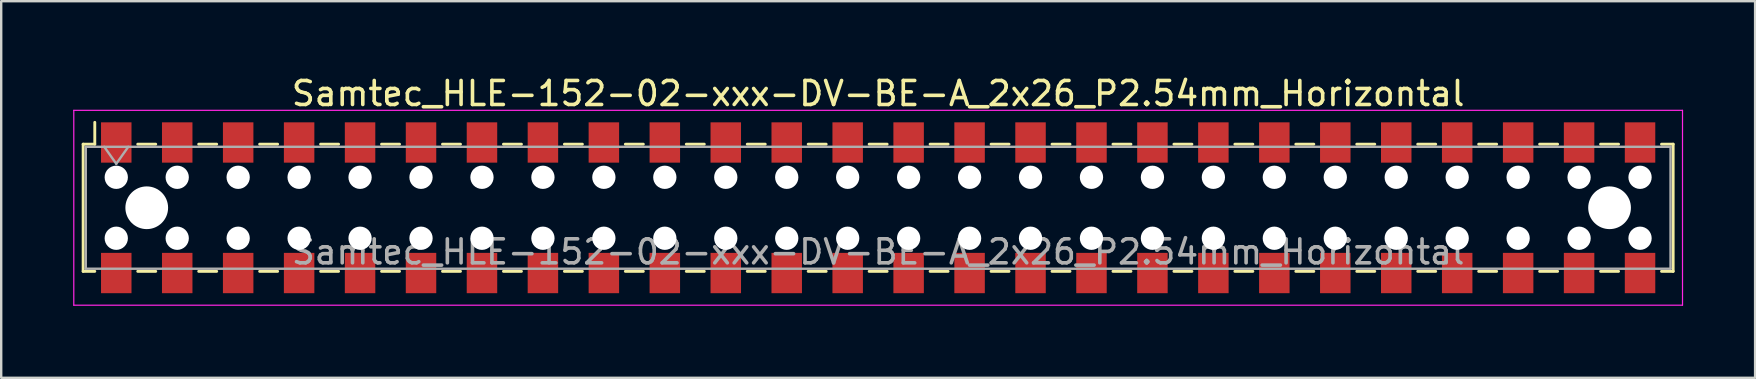
<source format=kicad_pcb>
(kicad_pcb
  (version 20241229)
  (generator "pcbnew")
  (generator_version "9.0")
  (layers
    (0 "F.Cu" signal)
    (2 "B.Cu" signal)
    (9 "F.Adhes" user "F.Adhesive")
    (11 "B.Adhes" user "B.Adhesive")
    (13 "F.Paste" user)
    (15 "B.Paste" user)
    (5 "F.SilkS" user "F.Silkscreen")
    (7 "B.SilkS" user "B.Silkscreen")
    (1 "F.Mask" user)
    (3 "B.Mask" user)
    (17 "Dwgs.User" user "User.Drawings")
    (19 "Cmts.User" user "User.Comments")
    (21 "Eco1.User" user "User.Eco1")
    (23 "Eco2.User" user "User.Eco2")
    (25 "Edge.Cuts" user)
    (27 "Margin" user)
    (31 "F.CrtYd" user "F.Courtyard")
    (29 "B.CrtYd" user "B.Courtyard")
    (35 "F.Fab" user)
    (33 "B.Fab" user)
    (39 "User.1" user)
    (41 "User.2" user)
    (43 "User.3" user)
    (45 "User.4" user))
  (footprint "Samtec_HLE-152-02-xxx-DV-BE-A_2x26_P2.54mm_Horizontal"
    (layer "F.Cu")
    (at 33.545 5.608)
    (property "Reference" "Samtec_HLE-152-02-xxx-DV-BE-A_2x26_P2.54mm_Horizontal" (at 0 -4.76 0) (layer "F.SilkS") (effects (font (size 1 1) (thickness 0.15))))
    (attr smd)
    (fp_line (start -33.13 -2.65) (end -33.13 2.65) (stroke (width 0.12) (type solid)) (layer "F.SilkS"))
    (fp_line (start -33.13 2.65) (end -32.645 2.65) (stroke (width 0.12) (type solid)) (layer "F.SilkS"))
    (fp_line (start -32.645 -3.56) (end -32.645 -2.65) (stroke (width 0.12) (type solid)) (layer "F.SilkS"))
    (fp_line (start -32.645 -2.65) (end -33.13 -2.65) (stroke (width 0.12) (type solid)) (layer "F.SilkS"))
    (fp_line (start -30.855 -2.65) (end -30.105 -2.65) (stroke (width 0.12) (type solid)) (layer "F.SilkS"))
    (fp_line (start -30.855 2.65) (end -30.105 2.65) (stroke (width 0.12) (type solid)) (layer "F.SilkS"))
    (fp_line (start -28.315 -2.65) (end -27.565 -2.65) (stroke (width 0.12) (type solid)) (layer "F.SilkS"))
    (fp_line (start -28.315 2.65) (end -27.565 2.65) (stroke (width 0.12) (type solid)) (layer "F.SilkS"))
    (fp_line (start -25.775 -2.65) (end -25.025 -2.65) (stroke (width 0.12) (type solid)) (layer "F.SilkS"))
    (fp_line (start -25.775 2.65) (end -25.025 2.65) (stroke (width 0.12) (type solid)) (layer "F.SilkS"))
    (fp_line (start -23.235 -2.65) (end -22.485 -2.65) (stroke (width 0.12) (type solid)) (layer "F.SilkS"))
    (fp_line (start -23.235 2.65) (end -22.485 2.65) (stroke (width 0.12) (type solid)) (layer "F.SilkS"))
    (fp_line (start -20.695 -2.65) (end -19.945 -2.65) (stroke (width 0.12) (type solid)) (layer "F.SilkS"))
    (fp_line (start -20.695 2.65) (end -19.945 2.65) (stroke (width 0.12) (type solid)) (layer "F.SilkS"))
    (fp_line (start -18.155 -2.65) (end -17.405 -2.65) (stroke (width 0.12) (type solid)) (layer "F.SilkS"))
    (fp_line (start -18.155 2.65) (end -17.405 2.65) (stroke (width 0.12) (type solid)) (layer "F.SilkS"))
    (fp_line (start -15.615 -2.65) (end -14.865 -2.65) (stroke (width 0.12) (type solid)) (layer "F.SilkS"))
    (fp_line (start -15.615 2.65) (end -14.865 2.65) (stroke (width 0.12) (type solid)) (layer "F.SilkS"))
    (fp_line (start -13.075 -2.65) (end -12.325 -2.65) (stroke (width 0.12) (type solid)) (layer "F.SilkS"))
    (fp_line (start -13.075 2.65) (end -12.325 2.65) (stroke (width 0.12) (type solid)) (layer "F.SilkS"))
    (fp_line (start -10.535 -2.65) (end -9.785 -2.65) (stroke (width 0.12) (type solid)) (layer "F.SilkS"))
    (fp_line (start -10.535 2.65) (end -9.785 2.65) (stroke (width 0.12) (type solid)) (layer "F.SilkS"))
    (fp_line (start -7.995 -2.65) (end -7.245 -2.65) (stroke (width 0.12) (type solid)) (layer "F.SilkS"))
    (fp_line (start -7.995 2.65) (end -7.245 2.65) (stroke (width 0.12) (type solid)) (layer "F.SilkS"))
    (fp_line (start -5.455 -2.65) (end -4.705 -2.65) (stroke (width 0.12) (type solid)) (layer "F.SilkS"))
    (fp_line (start -5.455 2.65) (end -4.705 2.65) (stroke (width 0.12) (type solid)) (layer "F.SilkS"))
    (fp_line (start -2.915 -2.65) (end -2.165 -2.65) (stroke (width 0.12) (type solid)) (layer "F.SilkS"))
    (fp_line (start -2.915 2.65) (end -2.165 2.65) (stroke (width 0.12) (type solid)) (layer "F.SilkS"))
    (fp_line (start -0.375 -2.65) (end 0.375 -2.65) (stroke (width 0.12) (type solid)) (layer "F.SilkS"))
    (fp_line (start -0.375 2.65) (end 0.375 2.65) (stroke (width 0.12) (type solid)) (layer "F.SilkS"))
    (fp_line (start 2.165 -2.65) (end 2.915 -2.65) (stroke (width 0.12) (type solid)) (layer "F.SilkS"))
    (fp_line (start 2.165 2.65) (end 2.915 2.65) (stroke (width 0.12) (type solid)) (layer "F.SilkS"))
    (fp_line (start 4.705 -2.65) (end 5.455 -2.65) (stroke (width 0.12) (type solid)) (layer "F.SilkS"))
    (fp_line (start 4.705 2.65) (end 5.455 2.65) (stroke (width 0.12) (type solid)) (layer "F.SilkS"))
    (fp_line (start 7.245 -2.65) (end 7.995 -2.65) (stroke (width 0.12) (type solid)) (layer "F.SilkS"))
    (fp_line (start 7.245 2.65) (end 7.995 2.65) (stroke (width 0.12) (type solid)) (layer "F.SilkS"))
    (fp_line (start 9.785 -2.65) (end 10.535 -2.65) (stroke (width 0.12) (type solid)) (layer "F.SilkS"))
    (fp_line (start 9.785 2.65) (end 10.535 2.65) (stroke (width 0.12) (type solid)) (layer "F.SilkS"))
    (fp_line (start 12.325 -2.65) (end 13.075 -2.65) (stroke (width 0.12) (type solid)) (layer "F.SilkS"))
    (fp_line (start 12.325 2.65) (end 13.075 2.65) (stroke (width 0.12) (type solid)) (layer "F.SilkS"))
    (fp_line (start 14.865 -2.65) (end 15.615 -2.65) (stroke (width 0.12) (type solid)) (layer "F.SilkS"))
    (fp_line (start 14.865 2.65) (end 15.615 2.65) (stroke (width 0.12) (type solid)) (layer "F.SilkS"))
    (fp_line (start 17.405 -2.65) (end 18.155 -2.65) (stroke (width 0.12) (type solid)) (layer "F.SilkS"))
    (fp_line (start 17.405 2.65) (end 18.155 2.65) (stroke (width 0.12) (type solid)) (layer "F.SilkS"))
    (fp_line (start 19.945 -2.65) (end 20.695 -2.65) (stroke (width 0.12) (type solid)) (layer "F.SilkS"))
    (fp_line (start 19.945 2.65) (end 20.695 2.65) (stroke (width 0.12) (type solid)) (layer "F.SilkS"))
    (fp_line (start 22.485 -2.65) (end 23.235 -2.65) (stroke (width 0.12) (type solid)) (layer "F.SilkS"))
    (fp_line (start 22.485 2.65) (end 23.235 2.65) (stroke (width 0.12) (type solid)) (layer "F.SilkS"))
    (fp_line (start 25.025 -2.65) (end 25.775 -2.65) (stroke (width 0.12) (type solid)) (layer "F.SilkS"))
    (fp_line (start 25.025 2.65) (end 25.775 2.65) (stroke (width 0.12) (type solid)) (layer "F.SilkS"))
    (fp_line (start 27.565 -2.65) (end 28.315 -2.65) (stroke (width 0.12) (type solid)) (layer "F.SilkS"))
    (fp_line (start 27.565 2.65) (end 28.315 2.65) (stroke (width 0.12) (type solid)) (layer "F.SilkS"))
    (fp_line (start 30.105 -2.65) (end 30.855 -2.65) (stroke (width 0.12) (type solid)) (layer "F.SilkS"))
    (fp_line (start 30.105 2.65) (end 30.855 2.65) (stroke (width 0.12) (type solid)) (layer "F.SilkS"))
    (fp_line (start 32.645 -2.65) (end 33.13 -2.65) (stroke (width 0.12) (type solid)) (layer "F.SilkS"))
    (fp_line (start 33.13 -2.65) (end 33.13 2.65) (stroke (width 0.12) (type solid)) (layer "F.SilkS"))
    (fp_line (start 33.13 2.65) (end 32.645 2.65) (stroke (width 0.12) (type solid)) (layer "F.SilkS"))
    (fp_line (start -33.52 -4.06) (end 33.52 -4.06) (stroke (width 0.05) (type solid)) (layer "F.CrtYd"))
    (fp_line (start -33.52 4.06) (end -33.52 -4.06) (stroke (width 0.05) (type solid)) (layer "F.CrtYd"))
    (fp_line (start 33.52 -4.06) (end 33.52 4.06) (stroke (width 0.05) (type solid)) (layer "F.CrtYd"))
    (fp_line (start 33.52 4.06) (end -33.52 4.06) (stroke (width 0.05) (type solid)) (layer "F.CrtYd"))
    (fp_line (start -33.02 -2.54) (end 33.02 -2.54) (stroke (width 0.1) (type solid)) (layer "F.Fab"))
    (fp_line (start -33.02 2.54) (end -33.02 -2.54) (stroke (width 0.1) (type solid)) (layer "F.Fab"))
    (fp_line (start -32.25 -2.54) (end -31.75 -1.833) (stroke (width 0.1) (type solid)) (layer "F.Fab"))
    (fp_line (start -31.75 -1.833) (end -31.25 -2.54) (stroke (width 0.1) (type solid)) (layer "F.Fab"))
    (fp_line (start 33.02 -2.54) (end 33.02 2.54) (stroke (width 0.1) (type solid)) (layer "F.Fab"))
    (fp_line (start 33.02 2.54) (end -33.02 2.54) (stroke (width 0.1) (type solid)) (layer "F.Fab"))
    (fp_text user "${REFERENCE}" (at 0 1.84 0) (layer "F.Fab") (effects (font (size 1 1) (thickness 0.15))))
    (pad "" np_thru_hole circle (at -31.75 -1.27) (size 0.97 0.97) (drill 0.97) (layers "*.Cu" "*.Mask"))
    (pad "" np_thru_hole circle (at -31.75 1.27) (size 0.97 0.97) (drill 0.97) (layers "*.Cu" "*.Mask"))
    (pad "" np_thru_hole circle (at -30.48 0) (size 1.78 1.78) (drill 1.78) (layers "*.Cu" "*.Mask"))
    (pad "" np_thru_hole circle (at -29.21 -1.27) (size 0.97 0.97) (drill 0.97) (layers "*.Cu" "*.Mask"))
    (pad "" np_thru_hole circle (at -29.21 1.27) (size 0.97 0.97) (drill 0.97) (layers "*.Cu" "*.Mask"))
    (pad "" np_thru_hole circle (at -26.67 -1.27) (size 0.97 0.97) (drill 0.97) (layers "*.Cu" "*.Mask"))
    (pad "" np_thru_hole circle (at -26.67 1.27) (size 0.97 0.97) (drill 0.97) (layers "*.Cu" "*.Mask"))
    (pad "" np_thru_hole circle (at -24.13 -1.27) (size 0.97 0.97) (drill 0.97) (layers "*.Cu" "*.Mask"))
    (pad "" np_thru_hole circle (at -24.13 1.27) (size 0.97 0.97) (drill 0.97) (layers "*.Cu" "*.Mask"))
    (pad "" np_thru_hole circle (at -21.59 -1.27) (size 0.97 0.97) (drill 0.97) (layers "*.Cu" "*.Mask"))
    (pad "" np_thru_hole circle (at -21.59 1.27) (size 0.97 0.97) (drill 0.97) (layers "*.Cu" "*.Mask"))
    (pad "" np_thru_hole circle (at -19.05 -1.27) (size 0.97 0.97) (drill 0.97) (layers "*.Cu" "*.Mask"))
    (pad "" np_thru_hole circle (at -19.05 1.27) (size 0.97 0.97) (drill 0.97) (layers "*.Cu" "*.Mask"))
    (pad "" np_thru_hole circle (at -16.51 -1.27) (size 0.97 0.97) (drill 0.97) (layers "*.Cu" "*.Mask"))
    (pad "" np_thru_hole circle (at -16.51 1.27) (size 0.97 0.97) (drill 0.97) (layers "*.Cu" "*.Mask"))
    (pad "" np_thru_hole circle (at -13.97 -1.27) (size 0.97 0.97) (drill 0.97) (layers "*.Cu" "*.Mask"))
    (pad "" np_thru_hole circle (at -13.97 1.27) (size 0.97 0.97) (drill 0.97) (layers "*.Cu" "*.Mask"))
    (pad "" np_thru_hole circle (at -11.43 -1.27) (size 0.97 0.97) (drill 0.97) (layers "*.Cu" "*.Mask"))
    (pad "" np_thru_hole circle (at -11.43 1.27) (size 0.97 0.97) (drill 0.97) (layers "*.Cu" "*.Mask"))
    (pad "" np_thru_hole circle (at -8.89 -1.27) (size 0.97 0.97) (drill 0.97) (layers "*.Cu" "*.Mask"))
    (pad "" np_thru_hole circle (at -8.89 1.27) (size 0.97 0.97) (drill 0.97) (layers "*.Cu" "*.Mask"))
    (pad "" np_thru_hole circle (at -6.35 -1.27) (size 0.97 0.97) (drill 0.97) (layers "*.Cu" "*.Mask"))
    (pad "" np_thru_hole circle (at -6.35 1.27) (size 0.97 0.97) (drill 0.97) (layers "*.Cu" "*.Mask"))
    (pad "" np_thru_hole circle (at -3.81 -1.27) (size 0.97 0.97) (drill 0.97) (layers "*.Cu" "*.Mask"))
    (pad "" np_thru_hole circle (at -3.81 1.27) (size 0.97 0.97) (drill 0.97) (layers "*.Cu" "*.Mask"))
    (pad "" np_thru_hole circle (at -1.27 -1.27) (size 0.97 0.97) (drill 0.97) (layers "*.Cu" "*.Mask"))
    (pad "" np_thru_hole circle (at -1.27 1.27) (size 0.97 0.97) (drill 0.97) (layers "*.Cu" "*.Mask"))
    (pad "" np_thru_hole circle (at 1.27 -1.27) (size 0.97 0.97) (drill 0.97) (layers "*.Cu" "*.Mask"))
    (pad "" np_thru_hole circle (at 1.27 1.27) (size 0.97 0.97) (drill 0.97) (layers "*.Cu" "*.Mask"))
    (pad "" np_thru_hole circle (at 3.81 -1.27) (size 0.97 0.97) (drill 0.97) (layers "*.Cu" "*.Mask"))
    (pad "" np_thru_hole circle (at 3.81 1.27) (size 0.97 0.97) (drill 0.97) (layers "*.Cu" "*.Mask"))
    (pad "" np_thru_hole circle (at 6.35 -1.27) (size 0.97 0.97) (drill 0.97) (layers "*.Cu" "*.Mask"))
    (pad "" np_thru_hole circle (at 6.35 1.27) (size 0.97 0.97) (drill 0.97) (layers "*.Cu" "*.Mask"))
    (pad "" np_thru_hole circle (at 8.89 -1.27) (size 0.97 0.97) (drill 0.97) (layers "*.Cu" "*.Mask"))
    (pad "" np_thru_hole circle (at 8.89 1.27) (size 0.97 0.97) (drill 0.97) (layers "*.Cu" "*.Mask"))
    (pad "" np_thru_hole circle (at 11.43 -1.27) (size 0.97 0.97) (drill 0.97) (layers "*.Cu" "*.Mask"))
    (pad "" np_thru_hole circle (at 11.43 1.27) (size 0.97 0.97) (drill 0.97) (layers "*.Cu" "*.Mask"))
    (pad "" np_thru_hole circle (at 13.97 -1.27) (size 0.97 0.97) (drill 0.97) (layers "*.Cu" "*.Mask"))
    (pad "" np_thru_hole circle (at 13.97 1.27) (size 0.97 0.97) (drill 0.97) (layers "*.Cu" "*.Mask"))
    (pad "" np_thru_hole circle (at 16.51 -1.27) (size 0.97 0.97) (drill 0.97) (layers "*.Cu" "*.Mask"))
    (pad "" np_thru_hole circle (at 16.51 1.27) (size 0.97 0.97) (drill 0.97) (layers "*.Cu" "*.Mask"))
    (pad "" np_thru_hole circle (at 19.05 -1.27) (size 0.97 0.97) (drill 0.97) (layers "*.Cu" "*.Mask"))
    (pad "" np_thru_hole circle (at 19.05 1.27) (size 0.97 0.97) (drill 0.97) (layers "*.Cu" "*.Mask"))
    (pad "" np_thru_hole circle (at 21.59 -1.27) (size 0.97 0.97) (drill 0.97) (layers "*.Cu" "*.Mask"))
    (pad "" np_thru_hole circle (at 21.59 1.27) (size 0.97 0.97) (drill 0.97) (layers "*.Cu" "*.Mask"))
    (pad "" np_thru_hole circle (at 24.13 -1.27) (size 0.97 0.97) (drill 0.97) (layers "*.Cu" "*.Mask"))
    (pad "" np_thru_hole circle (at 24.13 1.27) (size 0.97 0.97) (drill 0.97) (layers "*.Cu" "*.Mask"))
    (pad "" np_thru_hole circle (at 26.67 -1.27) (size 0.97 0.97) (drill 0.97) (layers "*.Cu" "*.Mask"))
    (pad "" np_thru_hole circle (at 26.67 1.27) (size 0.97 0.97) (drill 0.97) (layers "*.Cu" "*.Mask"))
    (pad "" np_thru_hole circle (at 29.21 -1.27) (size 0.97 0.97) (drill 0.97) (layers "*.Cu" "*.Mask"))
    (pad "" np_thru_hole circle (at 29.21 1.27) (size 0.97 0.97) (drill 0.97) (layers "*.Cu" "*.Mask"))
    (pad "" np_thru_hole circle (at 30.48 0) (size 1.78 1.78) (drill 1.78) (layers "*.Cu" "*.Mask"))
    (pad "" np_thru_hole circle (at 31.75 -1.27) (size 0.97 0.97) (drill 0.97) (layers "*.Cu" "*.Mask"))
    (pad "" np_thru_hole circle (at 31.75 1.27) (size 0.97 0.97) (drill 0.97) (layers "*.Cu" "*.Mask"))
    (pad "1" smd rect (at -31.75 -2.72) (size 1.27 1.68) (layers "F.Cu" "F.Mask" "F.Paste"))
    (pad "2" smd rect (at -31.75 2.72) (size 1.27 1.68) (layers "F.Cu" "F.Mask" "F.Paste"))
    (pad "3" smd rect (at -29.21 -2.72) (size 1.27 1.68) (layers "F.Cu" "F.Mask" "F.Paste"))
    (pad "4" smd rect (at -29.21 2.72) (size 1.27 1.68) (layers "F.Cu" "F.Mask" "F.Paste"))
    (pad "5" smd rect (at -26.67 -2.72) (size 1.27 1.68) (layers "F.Cu" "F.Mask" "F.Paste"))
    (pad "6" smd rect (at -26.67 2.72) (size 1.27 1.68) (layers "F.Cu" "F.Mask" "F.Paste"))
    (pad "7" smd rect (at -24.13 -2.72) (size 1.27 1.68) (layers "F.Cu" "F.Mask" "F.Paste"))
    (pad "8" smd rect (at -24.13 2.72) (size 1.27 1.68) (layers "F.Cu" "F.Mask" "F.Paste"))
    (pad "9" smd rect (at -21.59 -2.72) (size 1.27 1.68) (layers "F.Cu" "F.Mask" "F.Paste"))
    (pad "10" smd rect (at -21.59 2.72) (size 1.27 1.68) (layers "F.Cu" "F.Mask" "F.Paste"))
    (pad "11" smd rect (at -19.05 -2.72) (size 1.27 1.68) (layers "F.Cu" "F.Mask" "F.Paste"))
    (pad "12" smd rect (at -19.05 2.72) (size 1.27 1.68) (layers "F.Cu" "F.Mask" "F.Paste"))
    (pad "13" smd rect (at -16.51 -2.72) (size 1.27 1.68) (layers "F.Cu" "F.Mask" "F.Paste"))
    (pad "14" smd rect (at -16.51 2.72) (size 1.27 1.68) (layers "F.Cu" "F.Mask" "F.Paste"))
    (pad "15" smd rect (at -13.97 -2.72) (size 1.27 1.68) (layers "F.Cu" "F.Mask" "F.Paste"))
    (pad "16" smd rect (at -13.97 2.72) (size 1.27 1.68) (layers "F.Cu" "F.Mask" "F.Paste"))
    (pad "17" smd rect (at -11.43 -2.72) (size 1.27 1.68) (layers "F.Cu" "F.Mask" "F.Paste"))
    (pad "18" smd rect (at -11.43 2.72) (size 1.27 1.68) (layers "F.Cu" "F.Mask" "F.Paste"))
    (pad "19" smd rect (at -8.89 -2.72) (size 1.27 1.68) (layers "F.Cu" "F.Mask" "F.Paste"))
    (pad "20" smd rect (at -8.89 2.72) (size 1.27 1.68) (layers "F.Cu" "F.Mask" "F.Paste"))
    (pad "21" smd rect (at -6.35 -2.72) (size 1.27 1.68) (layers "F.Cu" "F.Mask" "F.Paste"))
    (pad "22" smd rect (at -6.35 2.72) (size 1.27 1.68) (layers "F.Cu" "F.Mask" "F.Paste"))
    (pad "23" smd rect (at -3.81 -2.72) (size 1.27 1.68) (layers "F.Cu" "F.Mask" "F.Paste"))
    (pad "24" smd rect (at -3.81 2.72) (size 1.27 1.68) (layers "F.Cu" "F.Mask" "F.Paste"))
    (pad "25" smd rect (at -1.27 -2.72) (size 1.27 1.68) (layers "F.Cu" "F.Mask" "F.Paste"))
    (pad "26" smd rect (at -1.27 2.72) (size 1.27 1.68) (layers "F.Cu" "F.Mask" "F.Paste"))
    (pad "27" smd rect (at 1.27 -2.72) (size 1.27 1.68) (layers "F.Cu" "F.Mask" "F.Paste"))
    (pad "28" smd rect (at 1.27 2.72) (size 1.27 1.68) (layers "F.Cu" "F.Mask" "F.Paste"))
    (pad "29" smd rect (at 3.81 -2.72) (size 1.27 1.68) (layers "F.Cu" "F.Mask" "F.Paste"))
    (pad "30" smd rect (at 3.81 2.72) (size 1.27 1.68) (layers "F.Cu" "F.Mask" "F.Paste"))
    (pad "31" smd rect (at 6.35 -2.72) (size 1.27 1.68) (layers "F.Cu" "F.Mask" "F.Paste"))
    (pad "32" smd rect (at 6.35 2.72) (size 1.27 1.68) (layers "F.Cu" "F.Mask" "F.Paste"))
    (pad "33" smd rect (at 8.89 -2.72) (size 1.27 1.68) (layers "F.Cu" "F.Mask" "F.Paste"))
    (pad "34" smd rect (at 8.89 2.72) (size 1.27 1.68) (layers "F.Cu" "F.Mask" "F.Paste"))
    (pad "35" smd rect (at 11.43 -2.72) (size 1.27 1.68) (layers "F.Cu" "F.Mask" "F.Paste"))
    (pad "36" smd rect (at 11.43 2.72) (size 1.27 1.68) (layers "F.Cu" "F.Mask" "F.Paste"))
    (pad "37" smd rect (at 13.97 -2.72) (size 1.27 1.68) (layers "F.Cu" "F.Mask" "F.Paste"))
    (pad "38" smd rect (at 13.97 2.72) (size 1.27 1.68) (layers "F.Cu" "F.Mask" "F.Paste"))
    (pad "39" smd rect (at 16.51 -2.72) (size 1.27 1.68) (layers "F.Cu" "F.Mask" "F.Paste"))
    (pad "40" smd rect (at 16.51 2.72) (size 1.27 1.68) (layers "F.Cu" "F.Mask" "F.Paste"))
    (pad "41" smd rect (at 19.05 -2.72) (size 1.27 1.68) (layers "F.Cu" "F.Mask" "F.Paste"))
    (pad "42" smd rect (at 19.05 2.72) (size 1.27 1.68) (layers "F.Cu" "F.Mask" "F.Paste"))
    (pad "43" smd rect (at 21.59 -2.72) (size 1.27 1.68) (layers "F.Cu" "F.Mask" "F.Paste"))
    (pad "44" smd rect (at 21.59 2.72) (size 1.27 1.68) (layers "F.Cu" "F.Mask" "F.Paste"))
    (pad "45" smd rect (at 24.13 -2.72) (size 1.27 1.68) (layers "F.Cu" "F.Mask" "F.Paste"))
    (pad "46" smd rect (at 24.13 2.72) (size 1.27 1.68) (layers "F.Cu" "F.Mask" "F.Paste"))
    (pad "47" smd rect (at 26.67 -2.72) (size 1.27 1.68) (layers "F.Cu" "F.Mask" "F.Paste"))
    (pad "48" smd rect (at 26.67 2.72) (size 1.27 1.68) (layers "F.Cu" "F.Mask" "F.Paste"))
    (pad "49" smd rect (at 29.21 -2.72) (size 1.27 1.68) (layers "F.Cu" "F.Mask" "F.Paste"))
    (pad "50" smd rect (at 29.21 2.72) (size 1.27 1.68) (layers "F.Cu" "F.Mask" "F.Paste"))
    (pad "51" smd rect (at 31.75 -2.72) (size 1.27 1.68) (layers "F.Cu" "F.Mask" "F.Paste"))
    (pad "52" smd rect (at 31.75 2.72) (size 1.27 1.68) (layers "F.Cu" "F.Mask" "F.Paste")))
  (gr_rect
    (start -3 -3)
    (end 70.09 12.693)
    (stroke (width 0.1) (type default))
    (fill no)
    (layer "Edge.Cuts")))
</source>
